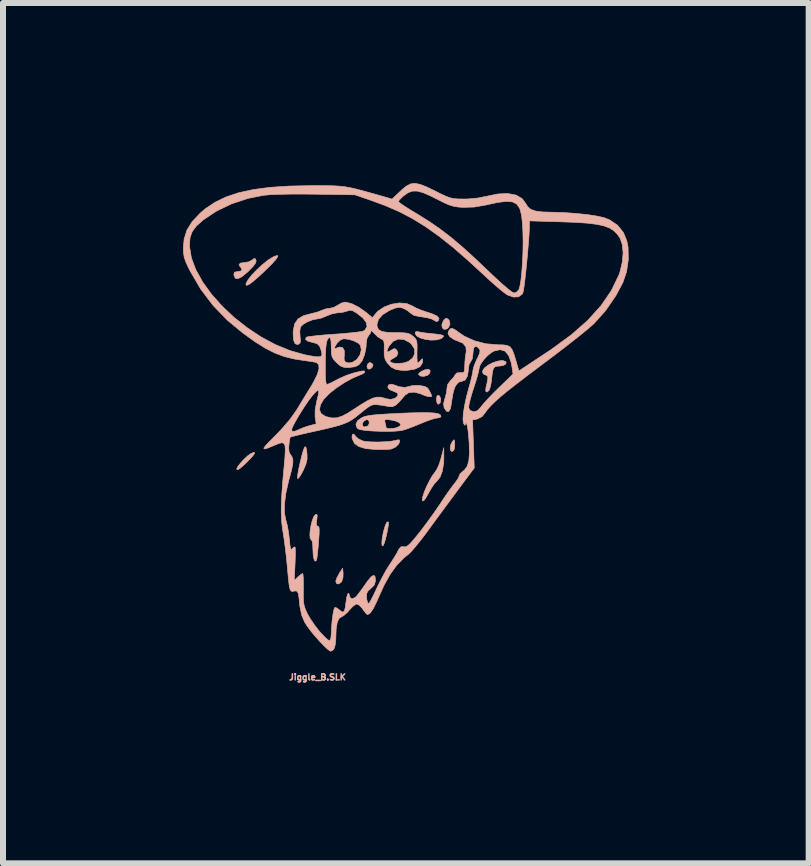
<source format=kicad_pcb>
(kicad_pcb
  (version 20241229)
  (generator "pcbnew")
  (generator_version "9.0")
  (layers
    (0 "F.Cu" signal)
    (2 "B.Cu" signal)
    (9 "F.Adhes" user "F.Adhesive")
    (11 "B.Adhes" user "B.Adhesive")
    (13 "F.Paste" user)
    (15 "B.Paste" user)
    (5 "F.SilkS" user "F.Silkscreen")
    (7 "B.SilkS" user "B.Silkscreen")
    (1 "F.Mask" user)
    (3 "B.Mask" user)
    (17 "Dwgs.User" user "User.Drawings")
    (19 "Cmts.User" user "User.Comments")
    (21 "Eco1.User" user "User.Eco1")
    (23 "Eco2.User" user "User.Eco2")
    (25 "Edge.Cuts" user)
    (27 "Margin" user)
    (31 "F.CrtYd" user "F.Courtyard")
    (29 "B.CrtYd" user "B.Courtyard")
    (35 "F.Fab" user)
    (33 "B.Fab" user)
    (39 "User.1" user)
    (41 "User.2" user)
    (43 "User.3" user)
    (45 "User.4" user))
  (footprint "Jiggle_B.SLK"
    (layer "F.Cu")
    (at 3.612 3.178)
    (property "Reference" "Jiggle_B.SLK" (at -1.372 5.055 0) (layer "B.SilkS") (effects (font (size 0.1 0.1) (thickness 0.025))))
    (attr board_only exclude_from_pos_files exclude_from_bom)
    (fp_poly (pts (xy -0.532 -0.167) (xy -0.549 -0.121) (xy -0.534 -0.085) (xy -0.51 -0.076) (xy -0.477 -0.093) (xy -0.46 -0.111) (xy -0.446 -0.149) (xy -0.466 -0.175) (xy -0.504 -0.189) (xy -0.532 -0.167)) (stroke (width 0.01) (type solid)) (fill yes) (layer "B.SilkS"))
    (fp_poly (pts (xy 0.617 0.378) (xy 0.61 0.431) (xy 0.61 0.432) (xy 0.62 0.488) (xy 0.643 0.508) (xy 0.67 0.485) (xy 0.677 0.47) (xy 0.681 0.416) (xy 0.663 0.371) (xy 0.636 0.356) (xy 0.617 0.378)) (stroke (width 0.01) (type solid)) (fill yes) (layer "B.SilkS"))
    (fp_poly (pts (xy -1.01 3.327) (xy -1.046 3.394) (xy -1.066 3.45) (xy -1.067 3.461) (xy -1.051 3.498) (xy -1.016 3.501) (xy -0.976 3.471) (xy -0.965 3.453) (xy -0.947 3.391) (xy -0.945 3.32) (xy -0.953 3.239) (xy -1.01 3.327)) (stroke (width 0.01) (type solid)) (fill yes) (layer "B.SilkS"))
    (fp_poly (pts (xy 0.739 -0.901) (xy 0.725 -0.882) (xy 0.7 -0.818) (xy 0.706 -0.767) (xy 0.735 -0.74) (xy 0.78 -0.746) (xy 0.808 -0.767) (xy 0.836 -0.826) (xy 0.823 -0.889) (xy 0.802 -0.913) (xy 0.77 -0.926) (xy 0.739 -0.901)) (stroke (width 0.01) (type solid)) (fill yes) (layer "B.SilkS"))
    (fp_poly (pts (xy 0.415 -0.065) (xy 0.358 -0.04) (xy 0.319 -0.009) (xy 0.312 0.011) (xy 0.344 0.038) (xy 0.401 0.043) (xy 0.461 0.025) (xy 0.464 0.024) (xy 0.499 -0.013) (xy 0.506 -0.052) (xy 0.481 -0.075) (xy 0.471 -0.076) (xy 0.415 -0.065)) (stroke (width 0.01) (type solid)) (fill yes) (layer "B.SilkS"))
    (fp_poly (pts (xy 0.88 1.123) (xy 0.875 1.129) (xy 0.848 1.183) (xy 0.839 1.237) (xy 0.846 1.279) (xy 0.868 1.295) (xy 0.897 1.278) (xy 0.909 1.244) (xy 0.914 1.181) (xy 0.914 1.171) (xy 0.911 1.113) (xy 0.902 1.099) (xy 0.88 1.123)) (stroke (width 0.01) (type solid)) (fill yes) (layer "B.SilkS"))
    (fp_poly (pts (xy -2.455 1.317) (xy -2.486 1.332) (xy -2.535 1.367) (xy -2.595 1.423) (xy -2.653 1.486) (xy -2.698 1.544) (xy -2.718 1.583) (xy -2.718 1.585) (xy -2.707 1.6) (xy -2.672 1.583) (xy -2.61 1.53) (xy -2.546 1.47) (xy -2.466 1.387) (xy -2.424 1.334) (xy -2.42 1.31) (xy -2.455 1.317)) (stroke (width 0.01) (type solid)) (fill yes) (layer "B.SilkS"))
    (fp_poly (pts (xy -0.215 2.471) (xy -0.241 2.523) (xy -0.27 2.623) (xy -0.28 2.668) (xy -0.296 2.76) (xy -0.3 2.829) (xy -0.294 2.865) (xy -0.278 2.862) (xy -0.272 2.853) (xy -0.255 2.81) (xy -0.235 2.738) (xy -0.215 2.653) (xy -0.199 2.57) (xy -0.189 2.504) (xy -0.19 2.469) (xy -0.191 2.468) (xy -0.215 2.471)) (stroke (width 0.01) (type solid)) (fill yes) (layer "B.SilkS"))
    (fp_poly (pts (xy -1.584 1.219) (xy -1.605 1.267) (xy -1.633 1.363) (xy -1.662 1.483) (xy -1.685 1.588) (xy -1.7 1.675) (xy -1.706 1.732) (xy -1.704 1.746) (xy -1.686 1.737) (xy -1.654 1.691) (xy -1.614 1.619) (xy -1.613 1.616) (xy -1.567 1.512) (xy -1.546 1.427) (xy -1.546 1.348) (xy -1.555 1.261) (xy -1.567 1.218) (xy -1.584 1.219)) (stroke (width 0.01) (type solid)) (fill yes) (layer "B.SilkS"))
    (fp_poly (pts (xy -2.08 -1.961) (xy -2.118 -1.943) (xy -2.2 -1.891) (xy -2.291 -1.818) (xy -2.381 -1.735) (xy -2.463 -1.65) (xy -2.525 -1.572) (xy -2.561 -1.51) (xy -2.565 -1.489) (xy -2.553 -1.472) (xy -2.514 -1.488) (xy -2.447 -1.537) (xy -2.35 -1.621) (xy -2.252 -1.713) (xy -2.141 -1.821) (xy -2.069 -1.901) (xy -2.034 -1.951) (xy -2.037 -1.971) (xy -2.08 -1.961)) (stroke (width 0.01) (type solid)) (fill yes) (layer "B.SilkS"))
    (fp_poly (pts (xy 0.254 -0.676) (xy 0.254 -0.675) (xy 0.277 -0.633) (xy 0.337 -0.598) (xy 0.421 -0.574) (xy 0.515 -0.561) (xy 0.606 -0.564) (xy 0.68 -0.583) (xy 0.7 -0.595) (xy 0.726 -0.619) (xy 0.724 -0.637) (xy 0.686 -0.65) (xy 0.608 -0.661) (xy 0.521 -0.67) (xy 0.428 -0.68) (xy 0.348 -0.692) (xy 0.311 -0.7) (xy 0.267 -0.704) (xy 0.254 -0.676)) (stroke (width 0.01) (type solid)) (fill yes) (layer "B.SilkS"))
    (fp_poly (pts (xy 0.688 1.403) (xy 0.658 1.5) (xy 0.622 1.583) (xy 0.591 1.632) (xy 0.543 1.696) (xy 0.494 1.781) (xy 0.447 1.875) (xy 0.408 1.968) (xy 0.382 2.048) (xy 0.374 2.103) (xy 0.382 2.121) (xy 0.404 2.108) (xy 0.439 2.059) (xy 0.481 1.985) (xy 0.481 1.984) (xy 0.529 1.9) (xy 0.577 1.83) (xy 0.611 1.795) (xy 0.669 1.726) (xy 0.71 1.617) (xy 0.731 1.477) (xy 0.733 1.397) (xy 0.732 1.232) (xy 0.688 1.403)) (stroke (width 0.01) (type solid)) (fill yes) (layer "B.SilkS"))
    (fp_poly (pts (xy -2.438 -1.915) (xy -2.46 -1.896) (xy -2.518 -1.865) (xy -2.585 -1.854) (xy -2.654 -1.845) (xy -2.68 -1.82) (xy -2.661 -1.784) (xy -2.654 -1.778) (xy -2.629 -1.74) (xy -2.649 -1.712) (xy -2.708 -1.702) (xy -2.755 -1.693) (xy -2.765 -1.658) (xy -2.764 -1.645) (xy -2.743 -1.593) (xy -2.699 -1.584) (xy -2.631 -1.618) (xy -2.538 -1.695) (xy -2.523 -1.709) (xy -2.446 -1.788) (xy -2.405 -1.843) (xy -2.394 -1.882) (xy -2.397 -1.892) (xy -2.413 -1.922) (xy -2.438 -1.915)) (stroke (width 0.01) (type solid)) (fill yes) (layer "B.SilkS"))
    (fp_poly (pts (xy -0.791 1.011) (xy -0.797 1.058) (xy -0.794 1.079) (xy -0.758 1.157) (xy -0.683 1.212) (xy -0.567 1.247) (xy -0.408 1.261) (xy -0.302 1.262) (xy -0.211 1.26) (xy -0.15 1.255) (xy -0.14 1.253) (xy -0.072 1.221) (xy -0.02 1.171) (xy 0 1.123) (xy -0.013 1.099) (xy -0.057 1.106) (xy -0.133 1.122) (xy -0.24 1.132) (xy -0.362 1.137) (xy -0.48 1.135) (xy -0.576 1.127) (xy -0.615 1.119) (xy -0.685 1.088) (xy -0.733 1.047) (xy -0.737 1.04) (xy -0.769 1.003) (xy -0.791 1.011)) (stroke (width 0.01) (type solid)) (fill yes) (layer "B.SilkS"))
    (fp_poly (pts (xy 1.637 -0.213) (xy 1.551 -0.185) (xy 1.47 -0.143) (xy 1.406 -0.093) (xy 1.376 -0.042) (xy 1.389 0.001) (xy 1.423 0.018) (xy 1.452 0.029) (xy 1.466 0.05) (xy 1.465 0.091) (xy 1.451 0.163) (xy 1.434 0.235) (xy 1.431 0.29) (xy 1.453 0.305) (xy 1.485 0.276) (xy 1.494 0.26) (xy 1.509 0.211) (xy 1.524 0.132) (xy 1.531 0.071) (xy 1.543 -0.029) (xy 1.559 -0.088) (xy 1.585 -0.117) (xy 1.627 -0.127) (xy 1.646 -0.127) (xy 1.719 -0.137) (xy 1.764 -0.161) (xy 1.771 -0.192) (xy 1.762 -0.204) (xy 1.712 -0.222) (xy 1.637 -0.213)) (stroke (width 0.01) (type solid)) (fill yes) (layer "B.SilkS"))
    (fp_poly (pts (xy -1.4 2.342) (xy -1.429 2.372) (xy -1.456 2.435) (xy -1.478 2.516) (xy -1.493 2.604) (xy -1.499 2.684) (xy -1.494 2.743) (xy -1.475 2.768) (xy -1.473 2.769) (xy -1.46 2.792) (xy -1.451 2.854) (xy -1.448 2.932) (xy -1.443 3.022) (xy -1.431 3.087) (xy -1.414 3.121) (xy -1.395 3.116) (xy -1.386 3.094) (xy -1.379 3.056) (xy -1.37 2.979) (xy -1.36 2.877) (xy -1.354 2.8) (xy -1.345 2.68) (xy -1.343 2.603) (xy -1.347 2.559) (xy -1.359 2.542) (xy -1.367 2.54) (xy -1.388 2.528) (xy -1.39 2.483) (xy -1.384 2.435) (xy -1.376 2.369) (xy -1.383 2.342) (xy -1.4 2.342)) (stroke (width 0.01) (type solid)) (fill yes) (layer "B.SilkS"))
    (fp_poly (pts (xy 0.18 0.651) (xy 0.008 0.658) (xy -0.184 0.668) (xy -0.332 0.677) (xy -0.444 0.687) (xy -0.525 0.698) (xy -0.584 0.711) (xy -0.628 0.728) (xy -0.63 0.729) (xy -0.702 0.78) (xy -0.732 0.838) (xy -0.716 0.895) (xy -0.696 0.917) (xy -0.653 0.932) (xy -0.571 0.944) (xy -0.462 0.953) (xy -0.338 0.958) (xy -0.211 0.96) (xy -0.094 0.957) (xy 0.003 0.949) (xy 0.051 0.94) (xy 0.115 0.92) (xy 0.209 0.885) (xy 0.311 0.844) (xy 0.016 0.844) (xy -0.000272 0.87) (xy -0.015 0.881) (xy -0.062 0.901) (xy -0.125 0.912) (xy -0.185 0.914) (xy -0.223 0.904) (xy -0.229 0.895) (xy -0.235 0.858) (xy -0.244 0.822) (xy -0.509 0.822) (xy -0.525 0.862) (xy -0.54 0.872) (xy -0.59 0.886) (xy -0.618 0.87) (xy -0.623 0.862) (xy -0.622 0.823) (xy -0.592 0.783) (xy -0.548 0.762) (xy -0.543 0.762) (xy -0.516 0.781) (xy -0.509 0.822) (xy -0.244 0.822) (xy -0.246 0.815) (xy -0.253 0.777) (xy -0.238 0.762) (xy -0.19 0.764) (xy -0.155 0.769) (xy -0.079 0.785) (xy -0.019 0.809) (xy -0.009 0.816) (xy 0.016 0.844) (xy 0.311 0.844) (xy 0.316 0.842) (xy 0.352 0.827) (xy 0.454 0.786) (xy 0.544 0.755) (xy 0.609 0.738) (xy 0.625 0.737) (xy 0.671 0.727) (xy 0.686 0.711) (xy 0.676 0.685) (xy 0.642 0.666) (xy 0.581 0.654) (xy 0.486 0.648) (xy 0.354 0.647) (xy 0.18 0.651)) (stroke (width 0.01) (type solid)) (fill yes) (layer "B.SilkS"))
    (fp_poly (pts (xy 0.18 -3.164) (xy 0.112 -3.129) (xy 0.036 -3.068) (xy 0.01 -3.043) (xy -0.13 -2.911) (xy -0.236 -2.942) (xy -0.432 -2.998) (xy -0.588 -3.041) (xy -0.714 -3.075) (xy -0.819 -3.099) (xy -0.912 -3.116) (xy -1.002 -3.126) (xy -1.099 -3.132) (xy -1.213 -3.134) (xy -1.352 -3.135) (xy -1.473 -3.135) (xy -1.839 -3.128) (xy -2.16 -3.107) (xy -2.44 -3.07) (xy -2.684 -3.017) (xy -2.897 -2.946) (xy -3.082 -2.856) (xy -3.244 -2.747) (xy -3.326 -2.677) (xy -3.459 -2.536) (xy -3.547 -2.395) (xy -3.594 -2.246) (xy -3.607 -2.104) (xy -3.604 -2.015) (xy -3.593 -1.942) (xy -3.568 -1.868) (xy -3.525 -1.774) (xy -3.498 -1.72) (xy -3.318 -1.411) (xy -3.112 -1.139) (xy -2.873 -0.892) (xy -2.616 -0.68) (xy -2.417 -0.537) (xy -2.243 -0.427) (xy -2.082 -0.346) (xy -1.925 -0.287) (xy -1.762 -0.247) (xy -1.648 -0.229) (xy -1.545 -0.214) (xy -1.457 -0.201) (xy -1.4 -0.19) (xy -1.391 -0.188) (xy -1.351 -0.153) (xy -1.347 -0.084) (xy -1.376 0.015) (xy -1.44 0.143) (xy -1.469 0.193) (xy -1.544 0.315) (xy -1.629 0.454) (xy -1.706 0.582) (xy -1.716 0.597) (xy -1.828 0.757) (xy -1.977 0.93) (xy -2.082 1.038) (xy -2.181 1.137) (xy -2.242 1.204) (xy -2.267 1.241) (xy -2.254 1.252) (xy -2.205 1.239) (xy -2.119 1.204) (xy -2.089 1.191) (xy -2.017 1.161) (xy -1.965 1.149) (xy -1.931 1.16) (xy -1.913 1.199) (xy -1.909 1.272) (xy -1.914 1.385) (xy -1.928 1.543) (xy -1.928 1.543) (xy -1.951 1.794) (xy -1.966 2.003) (xy -1.974 2.177) (xy -1.976 2.323) (xy -1.97 2.45) (xy -1.958 2.564) (xy -1.947 2.634) (xy -1.928 2.756) (xy -1.908 2.906) (xy -1.89 3.062) (xy -1.88 3.162) (xy -1.865 3.328) (xy -1.853 3.451) (xy -1.842 3.535) (xy -1.83 3.588) (xy -1.816 3.616) (xy -1.798 3.626) (xy -1.775 3.624) (xy -1.764 3.622) (xy -1.731 3.617) (xy -1.708 3.628) (xy -1.692 3.663) (xy -1.68 3.73) (xy -1.67 3.839) (xy -1.667 3.867) (xy -1.634 4.025) (xy -1.586 4.138) (xy -1.542 4.207) (xy -1.479 4.291) (xy -1.404 4.381) (xy -1.326 4.468) (xy -1.253 4.543) (xy -1.193 4.598) (xy -1.154 4.622) (xy -1.15 4.623) (xy -1.115 4.603) (xy -1.093 4.574) (xy -1.077 4.518) (xy -1.067 4.439) (xy -1.067 4.412) (xy -1.061 4.253) (xy -1.043 4.141) (xy -1.012 4.075) (xy -0.98 4.054) (xy -0.932 4.027) (xy -0.872 3.973) (xy -0.842 3.938) (xy -0.787 3.879) (xy -0.737 3.842) (xy -0.716 3.836) (xy -0.676 3.856) (xy -0.629 3.905) (xy -0.616 3.925) (xy -0.575 3.98) (xy -0.544 4.011) (xy -0.537 4.013) (xy -0.495 3.988) (xy -0.443 3.914) (xy -0.383 3.791) (xy -0.362 3.742) (xy -0.261 3.519) (xy -0.159 3.337) (xy -0.051 3.189) (xy 0.068 3.067) (xy 0.149 3.002) (xy 0.19 2.962) (xy 0.253 2.889) (xy 0.333 2.791) (xy 0.422 2.676) (xy 0.488 2.586) (xy 0.599 2.434) (xy 0.724 2.264) (xy 0.85 2.094) (xy 0.963 1.941) (xy 0.994 1.899) (xy 1.24 1.569) (xy 1.226 1.17) (xy 1.212 0.77) (xy 1.289 0.754) (xy 1.37 0.713) (xy 1.419 0.653) (xy 1.457 0.599) (xy 1.509 0.539) (xy 1.578 0.471) (xy 1.668 0.39) (xy 1.784 0.294) (xy 1.929 0.18) (xy 2.106 0.044) (xy 2.158 0.005) (xy 1.886 0.005) (xy 1.658 0.225) (xy 1.562 0.319) (xy 1.474 0.411) (xy 1.402 0.49) (xy 1.36 0.541) (xy 1.308 0.603) (xy 1.262 0.629) (xy 1.223 0.63) (xy 1.167 0.608) (xy 1.147 0.564) (xy 1.152 0.517) (xy 1.171 0.435) (xy 1.2 0.33) (xy 1.23 0.238) (xy 1.267 0.123) (xy 1.297 0.021) (xy 1.316 -0.056) (xy 1.321 -0.091) (xy 1.34 -0.151) (xy 1.39 -0.225) (xy 1.457 -0.298) (xy 1.53 -0.357) (xy 1.573 -0.38) (xy 1.672 -0.402) (xy 1.753 -0.377) (xy 1.814 -0.304) (xy 1.856 -0.185) (xy 1.868 -0.118) (xy 1.886 0.005) (xy 2.158 0.005) (xy 2.32 -0.117) (xy 2.4 -0.177) (xy 2.57 -0.305) (xy 2.735 -0.431) (xy 2.889 -0.551) (xy 3.024 -0.658) (xy 3.134 -0.748) (xy 3.212 -0.816) (xy 3.233 -0.835) (xy 3.428 -1.052) (xy 3.601 -1.304) (xy 3.716 -1.52) (xy 3.778 -1.702) (xy 3.807 -1.903) (xy 3.805 -2.015) (xy 3.72 -2.015) (xy 3.707 -1.861) (xy 3.669 -1.701) (xy 3.649 -1.644) (xy 3.525 -1.387) (xy 3.353 -1.136) (xy 3.132 -0.891) (xy 2.861 -0.652) (xy 2.54 -0.417) (xy 2.502 -0.391) (xy 2.375 -0.307) (xy 2.257 -0.229) (xy 2.158 -0.163) (xy 2.086 -0.115) (xy 2.053 -0.094) (xy 1.984 -0.047) (xy 1.941 -0.195) (xy 1.905 -0.317) (xy 1.873 -0.399) (xy 1.837 -0.448) (xy 1.789 -0.473) (xy 1.719 -0.482) (xy 1.64 -0.483) (xy 1.436 -0.5) (xy 1.242 -0.55) (xy 1.072 -0.628) (xy 1.004 -0.674) (xy 0.926 -0.73) (xy 0.876 -0.756) (xy 0.844 -0.752) (xy 0.818 -0.721) (xy 0.813 -0.712) (xy 0.802 -0.668) (xy 0.828 -0.625) (xy 0.841 -0.612) (xy 0.908 -0.568) (xy 0.966 -0.546) (xy 1.052 -0.509) (xy 1.101 -0.447) (xy 1.106 -0.37) (xy 1.105 -0.363) (xy 1.093 -0.296) (xy 1.085 -0.205) (xy 1.082 -0.152) (xy 1.079 -0.073) (xy 1.07 -0.032) (xy 1.049 -0.018) (xy 1.009 -0.02) (xy 0.947 -0.013) (xy 0.922 0.018) (xy 0.889 0.067) (xy 0.846 0.11) (xy 0.796 0.18) (xy 0.786 0.237) (xy 0.777 0.316) (xy 0.754 0.404) (xy 0.75 0.416) (xy 0.729 0.498) (xy 0.737 0.561) (xy 0.743 0.575) (xy 0.779 0.625) (xy 0.815 0.628) (xy 0.842 0.583) (xy 0.849 0.552) (xy 0.869 0.425) (xy 0.884 0.337) (xy 0.899 0.277) (xy 0.914 0.232) (xy 0.93 0.198) (xy 0.979 0.14) (xy 1.03 0.127) (xy 1.089 0.104) (xy 1.127 0.037) (xy 1.143 -0.069) (xy 1.143 -0.087) (xy 1.154 -0.155) (xy 1.18 -0.202) (xy 1.181 -0.203) (xy 1.208 -0.253) (xy 1.219 -0.336) (xy 1.219 -0.346) (xy 1.229 -0.425) (xy 1.255 -0.458) (xy 1.295 -0.445) (xy 1.321 -0.418) (xy 1.336 -0.388) (xy 1.33 -0.345) (xy 1.302 -0.277) (xy 1.286 -0.247) (xy 1.249 -0.164) (xy 1.225 -0.093) (xy 1.219 -0.06) (xy 1.212 -0.011) (xy 1.194 0.07) (xy 1.168 0.172) (xy 1.156 0.212) (xy 1.11 0.384) (xy 1.077 0.539) (xy 1.057 0.67) (xy 1.052 0.769) (xy 1.063 0.829) (xy 1.064 0.831) (xy 1.085 0.859) (xy 1.092 0.842) (xy 1.092 0.838) (xy 1.097 0.813) (xy 1.112 0.833) (xy 1.115 0.838) (xy 1.126 0.878) (xy 1.138 0.957) (xy 1.148 1.061) (xy 1.155 1.145) (xy 1.16 1.317) (xy 1.15 1.446) (xy 1.123 1.54) (xy 1.076 1.605) (xy 1.043 1.63) (xy 1.002 1.669) (xy 0.991 1.698) (xy 0.975 1.738) (xy 0.936 1.796) (xy 0.912 1.826) (xy 0.867 1.885) (xy 0.803 1.973) (xy 0.73 2.079) (xy 0.669 2.172) (xy 0.578 2.305) (xy 0.471 2.454) (xy 0.366 2.595) (xy 0.314 2.661) (xy 0.231 2.763) (xy 0.171 2.83) (xy 0.128 2.868) (xy 0.095 2.883) (xy 0.067 2.882) (xy 0.02 2.882) (xy -0.013 2.918) (xy -0.023 2.938) (xy -0.053 2.994) (xy -0.102 3.075) (xy -0.16 3.165) (xy -0.167 3.175) (xy -0.229 3.274) (xy -0.298 3.4) (xy -0.364 3.53) (xy -0.388 3.581) (xy -0.435 3.682) (xy -0.477 3.764) (xy -0.508 3.816) (xy -0.521 3.829) (xy -0.538 3.812) (xy -0.551 3.758) (xy -0.554 3.736) (xy -0.553 3.664) (xy -0.529 3.617) (xy -0.484 3.578) (xy -0.427 3.522) (xy -0.407 3.457) (xy -0.406 3.437) (xy -0.414 3.375) (xy -0.437 3.357) (xy -0.478 3.384) (xy -0.538 3.455) (xy -0.582 3.518) (xy -0.642 3.602) (xy -0.696 3.674) (xy -0.735 3.72) (xy -0.739 3.723) (xy -0.789 3.749) (xy -0.827 3.734) (xy -0.838 3.694) (xy -0.85 3.661) (xy -0.86 3.658) (xy -0.874 3.681) (xy -0.888 3.74) (xy -0.896 3.797) (xy -0.91 3.899) (xy -0.926 3.955) (xy -0.95 3.971) (xy -0.986 3.952) (xy -1.006 3.935) (xy -1.052 3.901) (xy -1.082 3.894) (xy -1.084 3.895) (xy -1.099 3.932) (xy -1.114 4.007) (xy -1.127 4.105) (xy -1.137 4.214) (xy -1.141 4.312) (xy -1.148 4.4) (xy -1.165 4.441) (xy -1.176 4.445) (xy -1.207 4.427) (xy -1.259 4.378) (xy -1.324 4.309) (xy -1.344 4.286) (xy -1.419 4.189) (xy -1.491 4.083) (xy -1.544 3.992) (xy -1.545 3.988) (xy -1.576 3.918) (xy -1.596 3.855) (xy -1.606 3.785) (xy -1.608 3.691) (xy -1.607 3.588) (xy -1.607 3.48) (xy -1.609 3.394) (xy -1.614 3.34) (xy -1.619 3.327) (xy -1.647 3.343) (xy -1.693 3.381) (xy -1.697 3.385) (xy -1.759 3.442) (xy -1.746 3.17) (xy -1.742 3.058) (xy -1.741 2.965) (xy -1.743 2.904) (xy -1.747 2.885) (xy -1.77 2.891) (xy -1.792 2.914) (xy -1.808 2.928) (xy -1.82 2.914) (xy -1.83 2.864) (xy -1.839 2.771) (xy -1.841 2.755) (xy -1.855 2.641) (xy -1.874 2.532) (xy -1.896 2.449) (xy -1.898 2.445) (xy -1.922 2.324) (xy -1.922 2.168) (xy -1.898 1.984) (xy -1.852 1.78) (xy -1.84 1.738) (xy -1.803 1.6) (xy -1.784 1.499) (xy -1.782 1.429) (xy -1.798 1.379) (xy -1.819 1.352) (xy -1.845 1.307) (xy -1.851 1.235) (xy -1.848 1.189) (xy -1.839 1.115) (xy -1.83 1.066) (xy -1.826 1.056) (xy -1.799 1.047) (xy -1.731 1.03) (xy -1.632 1.006) (xy -1.511 0.978) (xy -1.46 0.967) (xy -1.273 0.925) (xy -1.127 0.89) (xy -1.014 0.86) (xy -0.927 0.83) (xy -0.855 0.799) (xy -0.793 0.762) (xy -0.73 0.717) (xy -0.66 0.66) (xy -0.658 0.659) (xy -0.57 0.587) (xy -0.508 0.543) (xy -0.461 0.52) (xy -0.416 0.513) (xy -0.363 0.517) (xy -0.356 0.518) (xy -0.268 0.53) (xy -0.189 0.544) (xy -0.172 0.548) (xy -0.123 0.549) (xy -0.071 0.525) (xy -0.01 0.469) (xy 0.07 0.376) (xy 0.082 0.36) (xy 0.147 0.316) (xy 0.237 0.306) (xy 0.337 0.33) (xy 0.365 0.343) (xy 0.425 0.367) (xy 0.484 0.381) (xy 0.525 0.38) (xy 0.533 0.372) (xy 0.523 0.346) (xy 0.498 0.293) (xy 0.495 0.287) (xy 0.463 0.237) (xy 0.417 0.211) (xy 0.341 0.197) (xy 0.336 0.196) (xy 0.256 0.193) (xy 0.191 0.2) (xy 0.173 0.206) (xy 0.086 0.227) (xy -0.016 0.215) (xy -0.073 0.192) (xy -0.137 0.173) (xy -0.184 0.182) (xy -0.2 0.217) (xy -0.196 0.236) (xy -0.163 0.268) (xy -0.103 0.292) (xy -0.043 0.319) (xy -0.029 0.357) (xy -0.064 0.397) (xy -0.089 0.411) (xy -0.151 0.427) (xy -0.224 0.416) (xy -0.252 0.407) (xy -0.32 0.39) (xy -0.384 0.389) (xy -0.453 0.407) (xy -0.538 0.448) (xy -0.648 0.514) (xy -0.738 0.573) (xy -0.867 0.656) (xy -0.968 0.708) (xy -1.052 0.734) (xy -1.131 0.736) (xy -1.215 0.717) (xy -1.241 0.709) (xy -1.311 0.664) (xy -1.338 0.599) (xy -1.323 0.517) (xy -1.268 0.425) (xy -1.178 0.331) (xy -1.13 0.293) (xy -1.351 0.293) (xy -1.359 0.354) (xy -1.385 0.46) (xy -1.386 0.465) (xy -1.411 0.601) (xy -1.412 0.717) (xy -1.41 0.728) (xy -1.394 0.835) (xy -1.504 0.864) (xy -1.588 0.89) (xy -1.662 0.92) (xy -1.676 0.927) (xy -1.753 0.959) (xy -1.795 0.955) (xy -1.803 0.932) (xy -1.79 0.891) (xy -1.753 0.819) (xy -1.701 0.726) (xy -1.638 0.623) (xy -1.572 0.521) (xy -1.508 0.429) (xy -1.454 0.359) (xy -1.442 0.346) (xy -1.391 0.292) (xy -1.361 0.273) (xy -1.351 0.293) (xy -1.13 0.293) (xy -1.058 0.236) (xy -0.923 0.147) (xy -0.791 0.074) (xy -0.696 0.033) (xy -0.63 0.006) (xy -0.59 -0.019) (xy -0.584 -0.028) (xy -0.588 -0.044) (xy -0.607 -0.049) (xy -0.65 -0.042) (xy -0.729 -0.024) (xy -0.774 -0.012) (xy -0.886 0.025) (xy -1.002 0.075) (xy -1.056 0.103) (xy -1.131 0.143) (xy -1.19 0.17) (xy -1.216 0.178) (xy -1.229 0.157) (xy -1.238 0.095) (xy -1.242 -0.014) (xy -1.242 -0.146) (xy -1.239 -0.313) (xy -1.233 -0.435) (xy -1.222 -0.52) (xy -1.206 -0.572) (xy -1.184 -0.599) (xy -1.174 -0.603) (xy -1.156 -0.593) (xy -1.146 -0.544) (xy -1.143 -0.45) (xy -1.143 -0.444) (xy -1.141 -0.35) (xy -1.131 -0.29) (xy -1.107 -0.244) (xy -1.063 -0.195) (xy -1.057 -0.188) (xy -0.992 -0.132) (xy -0.93 -0.107) (xy -0.857 -0.102) (xy -0.741 -0.119) (xy -0.68 -0.152) (xy -0.627 -0.219) (xy -0.587 -0.321) (xy -0.571 -0.4) (xy -0.642 -0.4) (xy -0.664 -0.315) (xy -0.715 -0.241) (xy -0.729 -0.229) (xy -0.798 -0.187) (xy -0.859 -0.181) (xy -0.899 -0.193) (xy -0.925 -0.217) (xy -0.929 -0.27) (xy -0.925 -0.302) (xy -0.925 -0.386) (xy -0.953 -0.436) (xy -1.004 -0.446) (xy -1.04 -0.433) (xy -1.082 -0.419) (xy -1.088 -0.439) (xy -1.06 -0.489) (xy -1.04 -0.517) (xy -0.988 -0.564) (xy -0.936 -0.584) (xy -0.935 -0.584) (xy -0.851 -0.574) (xy -0.764 -0.547) (xy -0.693 -0.511) (xy -0.657 -0.477) (xy -0.642 -0.4) (xy -0.571 -0.4) (xy -0.563 -0.442) (xy -0.559 -0.516) (xy -0.548 -0.585) (xy -0.523 -0.633) (xy -0.521 -0.635) (xy -0.488 -0.68) (xy -0.483 -0.705) (xy -0.471 -0.717) (xy -0.437 -0.685) (xy -0.428 -0.675) (xy -0.373 -0.62) (xy -0.315 -0.583) (xy -0.315 -0.583) (xy -0.282 -0.566) (xy -0.265 -0.536) (xy -0.259 -0.482) (xy -0.261 -0.409) (xy -0.26 -0.31) (xy -0.245 -0.242) (xy -0.213 -0.186) (xy -0.145 -0.112) (xy -0.065 -0.071) (xy 0.041 -0.056) (xy 0.119 -0.057) (xy 0.249 -0.077) (xy 0.335 -0.118) (xy 0.376 -0.181) (xy 0.38 -0.213) (xy 0.377 -0.25) (xy 0.36 -0.241) (xy 0.346 -0.222) (xy 0.312 -0.187) (xy 0.296 -0.178) (xy 0.29 -0.201) (xy 0.286 -0.263) (xy 0.286 -0.335) (xy 0.249 -0.335) (xy 0.213 -0.261) (xy 0.141 -0.205) (xy 0.062 -0.18) (xy -0.041 -0.171) (xy -0.121 -0.18) (xy -0.166 -0.205) (xy -0.167 -0.206) (xy -0.157 -0.23) (xy -0.115 -0.254) (xy -0.052 -0.294) (xy -0.031 -0.347) (xy -0.052 -0.395) (xy -0.08 -0.419) (xy -0.113 -0.412) (xy -0.145 -0.392) (xy -0.197 -0.364) (xy -0.216 -0.37) (xy -0.203 -0.414) (xy -0.181 -0.459) (xy -0.113 -0.54) (xy -0.027 -0.578) (xy 0.068 -0.572) (xy 0.164 -0.521) (xy 0.193 -0.495) (xy 0.243 -0.416) (xy 0.249 -0.335) (xy 0.286 -0.335) (xy 0.286 -0.351) (xy 0.286 -0.37) (xy 0.288 -0.47) (xy 0.283 -0.533) (xy 0.269 -0.574) (xy 0.24 -0.607) (xy 0.221 -0.624) (xy 0.181 -0.654) (xy 0.137 -0.673) (xy 0.076 -0.682) (xy -0.015 -0.686) (xy -0.076 -0.686) (xy -0.208 -0.69) (xy -0.298 -0.705) (xy -0.352 -0.734) (xy -0.377 -0.78) (xy -0.381 -0.824) (xy -0.356 -0.907) (xy -0.286 -0.986) (xy -0.175 -1.054) (xy -0.151 -1.065) (xy -0.069 -1.097) (xy -0.013 -1.107) (xy 0.037 -1.098) (xy 0.06 -1.09) (xy 0.128 -1.053) (xy 0.179 -1.011) (xy 0.232 -0.975) (xy 0.325 -0.953) (xy 0.369 -0.948) (xy 0.459 -0.933) (xy 0.533 -0.912) (xy 0.566 -0.894) (xy 0.609 -0.869) (xy 0.64 -0.883) (xy 0.654 -0.923) (xy 0.617 -0.963) (xy 0.53 -1.003) (xy 0.45 -1.028) (xy 0.353 -1.061) (xy 0.264 -1.099) (xy 0.216 -1.127) (xy 0.116 -1.17) (xy -0.007 -1.18) (xy -0.137 -1.16) (xy -0.261 -1.113) (xy -0.366 -1.042) (xy -0.403 -1.002) (xy -0.456 -0.935) (xy -0.566 -1.026) (xy -0.681 -1.107) (xy -0.794 -1.165) (xy -0.893 -1.192) (xy -0.916 -1.194) (xy -0.974 -1.178) (xy -1.034 -1.143) (xy -1.102 -1.106) (xy -1.165 -1.092) (xy -1.239 -1.08) (xy -1.298 -1.058) (xy -1.368 -1.03) (xy -1.453 -1.008) (xy -1.463 -1.006) (xy -1.601 -0.97) (xy -1.696 -0.914) (xy -1.752 -0.833) (xy -1.776 -0.72) (xy -1.778 -0.669) (xy -1.77 -0.562) (xy -1.746 -0.502) (xy -1.706 -0.487) (xy -1.689 -0.492) (xy -1.663 -0.512) (xy -1.655 -0.552) (xy -1.662 -0.622) (xy -1.667 -0.705) (xy -1.658 -0.772) (xy -1.653 -0.783) (xy -1.611 -0.824) (xy -1.539 -0.866) (xy -1.455 -0.899) (xy -1.379 -0.914) (xy -1.37 -0.914) (xy -1.316 -0.926) (xy -1.243 -0.954) (xy -1.219 -0.965) (xy -1.134 -0.998) (xy -1.048 -1.015) (xy -1.031 -1.016) (xy -0.949 -1.025) (xy -0.878 -1.045) (xy -0.832 -1.059) (xy -0.786 -1.05) (xy -0.723 -1.014) (xy -0.712 -1.007) (xy -0.615 -0.929) (xy -0.559 -0.854) (xy -0.547 -0.786) (xy -0.58 -0.731) (xy -0.608 -0.712) (xy -0.647 -0.703) (xy -0.727 -0.692) (xy -0.84 -0.68) (xy -0.975 -0.668) (xy -1.094 -0.659) (xy -1.24 -0.649) (xy -1.367 -0.637) (xy -1.469 -0.626) (xy -1.536 -0.616) (xy -1.559 -0.609) (xy -1.571 -0.575) (xy -1.536 -0.545) (xy -1.459 -0.523) (xy -1.449 -0.521) (xy -1.379 -0.502) (xy -1.34 -0.465) (xy -1.323 -0.426) (xy -1.301 -0.356) (xy -1.298 -0.31) (xy -1.32 -0.286) (xy -1.373 -0.282) (xy -1.463 -0.294) (xy -1.588 -0.318) (xy -1.832 -0.387) (xy -2.077 -0.488) (xy -2.317 -0.617) (xy -2.548 -0.771) (xy -2.766 -0.943) (xy -2.964 -1.13) (xy -3.139 -1.327) (xy -3.285 -1.529) (xy -3.398 -1.732) (xy -3.473 -1.931) (xy -3.504 -2.121) (xy -3.505 -2.153) (xy -3.495 -2.271) (xy -3.46 -2.368) (xy -3.393 -2.459) (xy -3.286 -2.555) (xy -3.273 -2.566) (xy -3.053 -2.712) (xy -2.8 -2.833) (xy -2.526 -2.923) (xy -2.268 -2.974) (xy -2.161 -2.984) (xy -2.009 -2.99) (xy -1.82 -2.994) (xy -1.601 -2.994) (xy -1.401 -2.992) (xy -0.749 -2.982) (xy -0.475 -2.888) (xy -0.232 -2.798) (xy -0.004 -2.698) (xy 0.215 -2.584) (xy 0.431 -2.45) (xy 0.652 -2.293) (xy 0.884 -2.109) (xy 1.133 -1.892) (xy 1.382 -1.664) (xy 1.494 -1.56) (xy 1.6 -1.466) (xy 1.692 -1.388) (xy 1.762 -1.334) (xy 1.794 -1.313) (xy 1.895 -1.278) (xy 1.979 -1.283) (xy 2.038 -1.327) (xy 2.049 -1.346) (xy 2.059 -1.387) (xy 2.072 -1.469) (xy 2.086 -1.583) (xy 2.101 -1.72) (xy 2.116 -1.87) (xy 2.13 -2.023) (xy 2.142 -2.171) (xy 2.144 -2.186) (xy 2.054 -2.186) (xy 2.051 -2.015) (xy 2.043 -1.848) (xy 2.032 -1.693) (xy 2.018 -1.561) (xy 2.001 -1.46) (xy 1.983 -1.4) (xy 1.983 -1.4) (xy 1.941 -1.358) (xy 1.903 -1.346) (xy 1.867 -1.364) (xy 1.799 -1.416) (xy 1.702 -1.499) (xy 1.581 -1.61) (xy 1.44 -1.744) (xy 1.22 -1.952) (xy 1.025 -2.128) (xy 0.845 -2.279) (xy 0.671 -2.412) (xy 0.496 -2.533) (xy 0.311 -2.649) (xy 0.273 -2.672) (xy 0.164 -2.738) (xy 0.073 -2.796) (xy 0.008 -2.841) (xy -0.024 -2.867) (xy -0.025 -2.87) (xy -0.007 -2.898) (xy 0.038 -2.943) (xy 0.069 -2.97) (xy 0.141 -3.02) (xy 0.213 -3.044) (xy 0.293 -3.044) (xy 0.392 -3.016) (xy 0.517 -2.961) (xy 0.609 -2.915) (xy 0.728 -2.855) (xy 0.817 -2.815) (xy 0.892 -2.792) (xy 0.968 -2.779) (xy 1.048 -2.773) (xy 1.237 -2.778) (xy 1.445 -2.814) (xy 1.456 -2.817) (xy 1.636 -2.856) (xy 1.775 -2.873) (xy 1.878 -2.864) (xy 1.951 -2.825) (xy 2 -2.751) (xy 2.029 -2.638) (xy 2.045 -2.482) (xy 2.051 -2.349) (xy 2.054 -2.186) (xy 2.144 -2.186) (xy 2.152 -2.304) (xy 2.158 -2.412) (xy 2.159 -2.47) (xy 2.159 -2.548) (xy 2.686 -2.532) (xy 2.925 -2.523) (xy 3.119 -2.51) (xy 3.274 -2.491) (xy 3.396 -2.466) (xy 3.491 -2.431) (xy 3.564 -2.385) (xy 3.622 -2.328) (xy 3.67 -2.259) (xy 3.707 -2.152) (xy 3.72 -2.015) (xy 3.805 -2.015) (xy 3.803 -2.105) (xy 3.784 -2.21) (xy 3.724 -2.356) (xy 3.624 -2.478) (xy 3.491 -2.567) (xy 3.401 -2.602) (xy 3.289 -2.627) (xy 3.139 -2.65) (xy 2.965 -2.669) (xy 2.781 -2.683) (xy 2.598 -2.691) (xy 2.527 -2.692) (xy 2.372 -2.697) (xy 2.26 -2.712) (xy 2.182 -2.74) (xy 2.131 -2.784) (xy 2.106 -2.825) (xy 2.039 -2.918) (xy 1.935 -2.978) (xy 1.798 -3.004) (xy 1.63 -2.996) (xy 1.448 -2.958) (xy 1.303 -2.929) (xy 1.136 -2.913) (xy 1.067 -2.912) (xy 0.971 -2.913) (xy 0.898 -2.919) (xy 0.833 -2.934) (xy 0.76 -2.961) (xy 0.667 -3.005) (xy 0.591 -3.044) (xy 0.448 -3.113) (xy 0.339 -3.156) (xy 0.253 -3.173) (xy 0.18 -3.164)) (stroke (width 0.01) (type solid)) (fill yes) (layer "B.SilkS")))
  (gr_rect
    (start -3 -3)
    (end 10.424 11.335)
    (stroke (width 0.1) (type default))
    (fill no)
    (layer "Edge.Cuts")))
</source>
